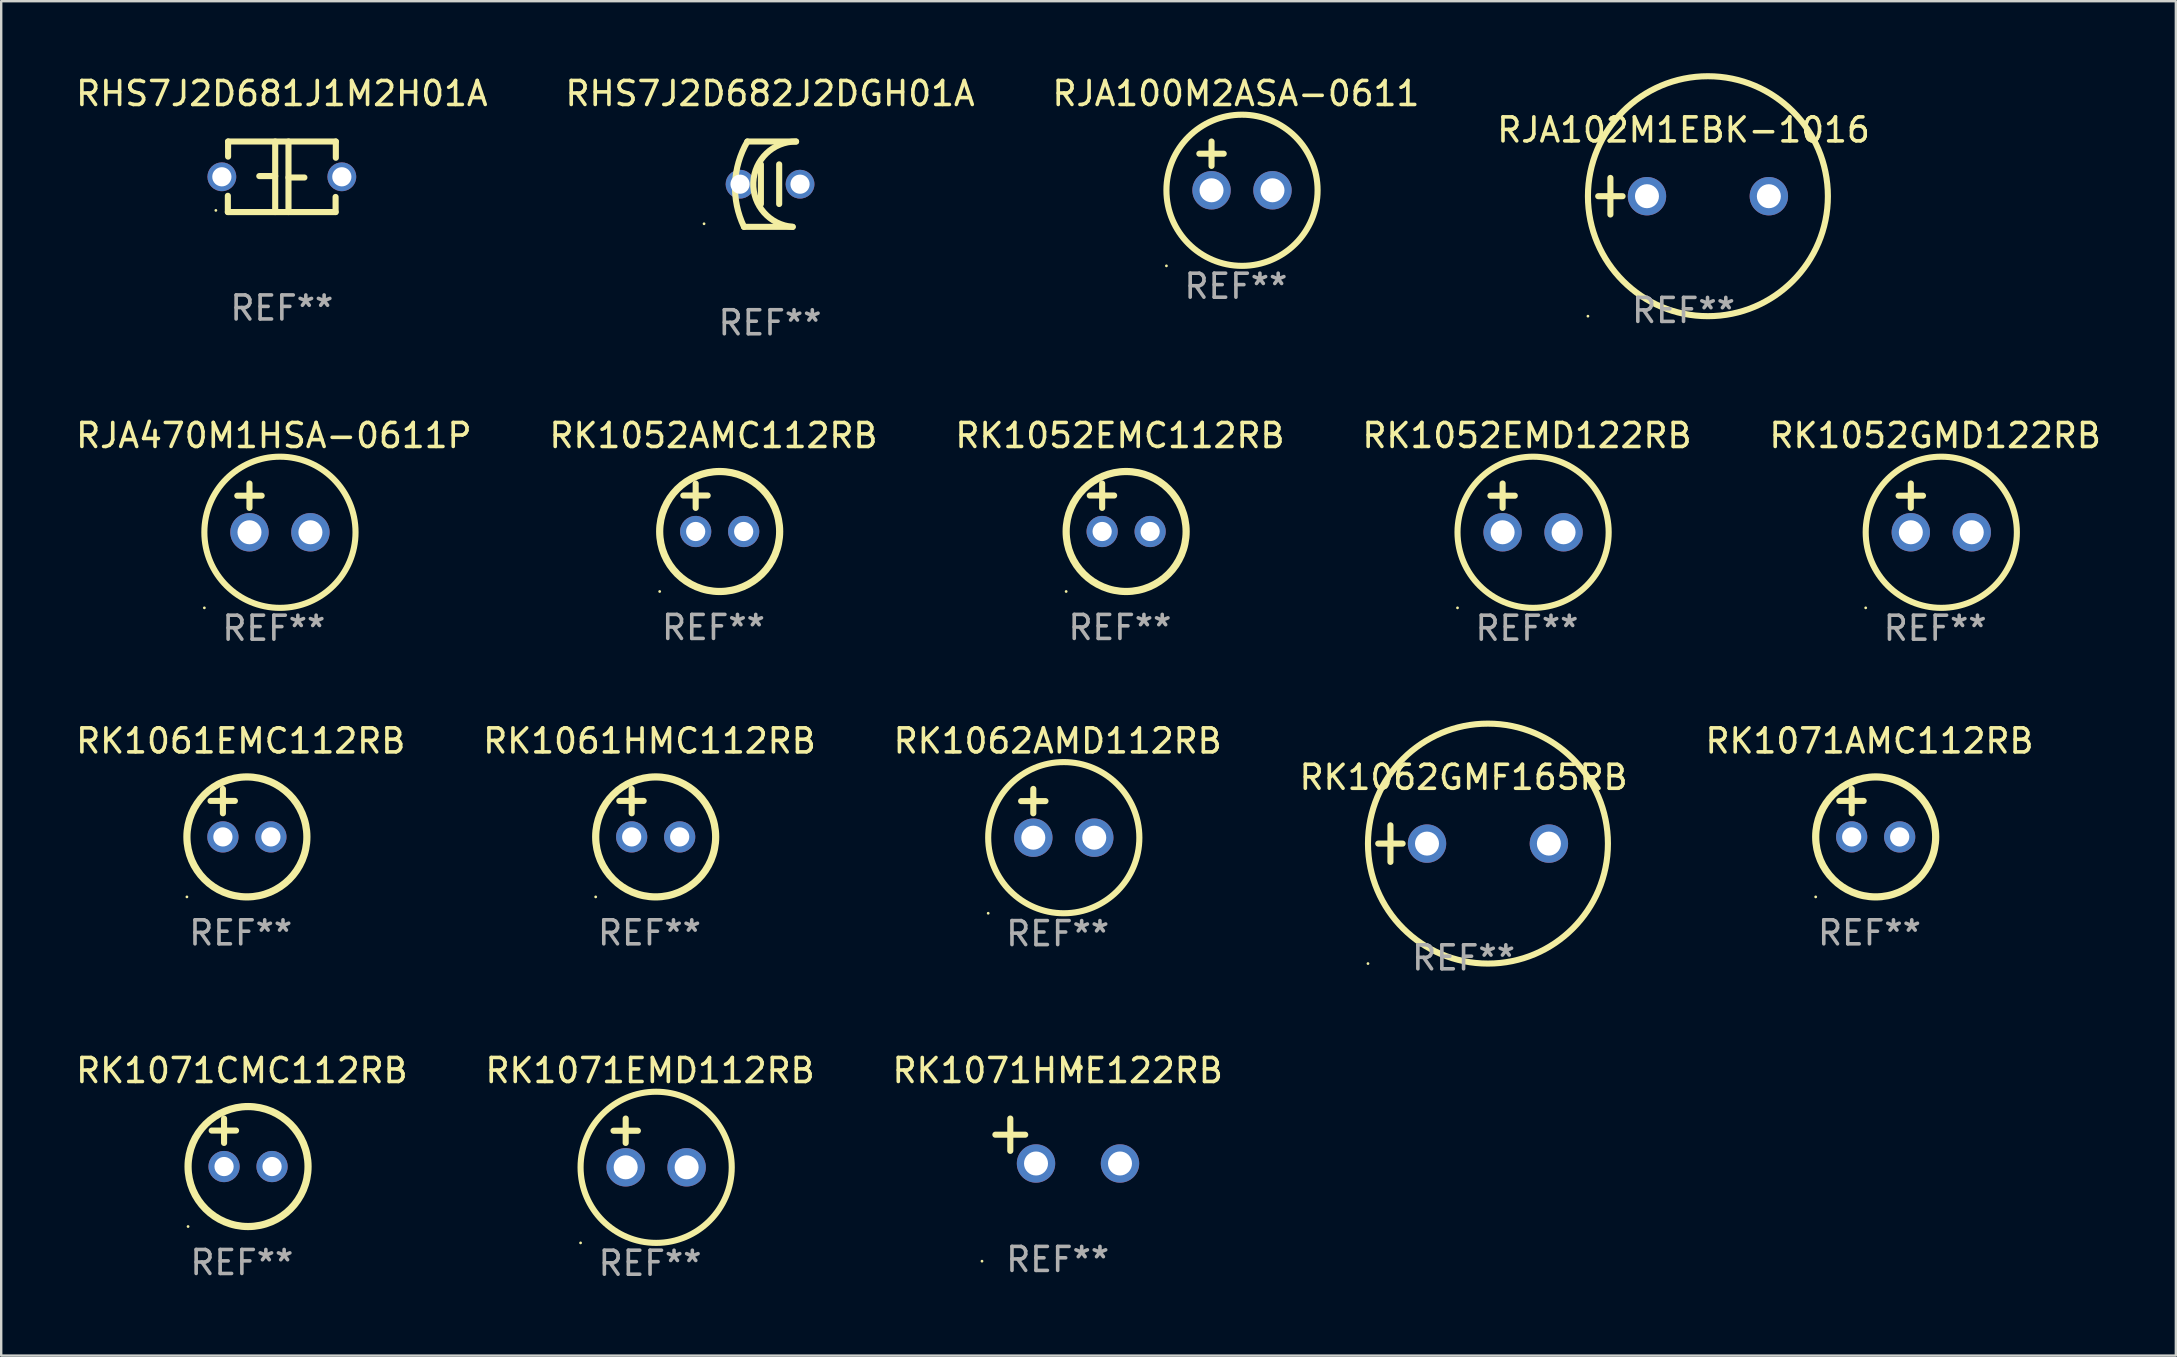
<source format=kicad_pcb>
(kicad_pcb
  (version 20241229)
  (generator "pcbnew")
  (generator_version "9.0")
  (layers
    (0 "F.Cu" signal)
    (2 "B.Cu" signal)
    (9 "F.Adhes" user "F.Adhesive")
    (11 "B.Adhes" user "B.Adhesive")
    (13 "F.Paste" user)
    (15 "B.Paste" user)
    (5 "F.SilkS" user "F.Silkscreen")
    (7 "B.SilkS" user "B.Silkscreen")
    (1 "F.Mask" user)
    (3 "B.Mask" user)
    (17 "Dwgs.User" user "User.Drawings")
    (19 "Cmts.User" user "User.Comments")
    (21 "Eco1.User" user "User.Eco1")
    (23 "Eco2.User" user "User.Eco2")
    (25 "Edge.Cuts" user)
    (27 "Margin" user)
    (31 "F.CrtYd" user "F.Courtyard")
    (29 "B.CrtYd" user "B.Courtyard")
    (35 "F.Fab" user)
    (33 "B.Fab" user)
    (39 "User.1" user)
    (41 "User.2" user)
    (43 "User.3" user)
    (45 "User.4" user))
  (footprint "RHS7J2D681J1M2H01A"
    (layer "F.Cu")
    (at 8.696 4.318)
    (property "Reference" "RHS7J2D681J1M2H01A" (at 0 -3.47 0) (layer "F.SilkS") (effects (font (size 1 1) (thickness 0.15))))
    (attr through_hole)
    (fp_line (start -2.25 1.47) (end -2.25 0.792) (stroke (width 0.254) (type solid)) (layer "F.SilkS"))
    (fp_line (start -2.24 -1.47) (end 2.25 -1.47) (stroke (width 0.254) (type solid)) (layer "F.SilkS"))
    (fp_line (start -2.24 -0.84) (end -2.24 -1.47) (stroke (width 0.254) (type solid)) (layer "F.SilkS"))
    (fp_line (start -0.277 -0.03) (end -0.94 -0.03) (stroke (width 0.254) (type solid)) (layer "F.SilkS"))
    (fp_line (start -0.277 1.47) (end -0.277 -1.47) (stroke (width 0.254) (type solid)) (layer "F.SilkS"))
    (fp_line (start 0.277 -1.47) (end 0.277 1.47) (stroke (width 0.254) (type solid)) (layer "F.SilkS"))
    (fp_line (start 0.277 0.03) (end 0.94 0.03) (stroke (width 0.254) (type solid)) (layer "F.SilkS"))
    (fp_line (start 2.24 0.84) (end 2.24 1.47) (stroke (width 0.254) (type solid)) (layer "F.SilkS"))
    (fp_line (start 2.24 1.47) (end -2.25 1.47) (stroke (width 0.254) (type solid)) (layer "F.SilkS"))
    (fp_line (start 2.25 -1.47) (end 2.25 -0.793) (stroke (width 0.254) (type solid)) (layer "F.SilkS"))
    (fp_circle (center -2.75 1.4) (end -2.72 1.4) (stroke (width 0.06) (type solid)) (fill no) (layer "F.SilkS"))
    (fp_text user "REF**" (at 0 5.47 0) (layer "F.Fab") (effects (font (size 1 1) (thickness 0.15))))
    (pad "1" thru_hole circle (at -2.5 0) (size 1.2 1.2) (drill 0.8) (layers "*.Cu" "*.Mask"))
    (pad "2" thru_hole circle (at 2.5 0) (size 1.2 1.2) (drill 0.8) (layers "*.Cu" "*.Mask")))
  (footprint "RK1071EMD112RB"
    (layer "F.Cu")
    (at 24.042 44.583)
    (property "Reference" "RK1071EMD112RB" (at 0 -3.016 0) (layer "F.SilkS") (effects (font (size 1 1) (thickness 0.15))))
    (attr through_hole)
    (fp_line (start -1.524 -0.508) (end -0.508 -0.508) (stroke (width 0.254) (type solid)) (layer "F.SilkS"))
    (fp_line (start -1.016 -1.016) (end -1.016 0) (stroke (width 0.254) (type solid)) (layer "F.SilkS"))
    (fp_circle (center -2.896 4.166) (end -2.866 4.166) (stroke (width 0.06) (type solid)) (fill no) (layer "F.SilkS"))
    (fp_circle (center 0.254 1.016) (end 3.404 1.016) (stroke (width 0.254) (type solid)) (fill no) (layer "F.SilkS"))
    (fp_text user "REF**" (at 0 5.016 0) (layer "F.Fab") (effects (font (size 1 1) (thickness 0.15))))
    (pad "1" thru_hole circle (at -1.016 1.016) (size 1.6 1.6) (drill 1) (layers "*.Cu" "*.Mask"))
    (pad "2" thru_hole circle (at 1.524 1.016) (size 1.6 1.6) (drill 1) (layers "*.Cu" "*.Mask")))
  (footprint "RK1071HME122RB"
    (layer "F.Cu")
    (at 41.03 44.503)
    (property "Reference" "RK1071HME122RB" (at 0 -2.937 0) (layer "F.SilkS") (effects (font (size 1 1) (thickness 0.15))))
    (attr through_hole)
    (fp_line (start -1.975 0.41) (end -1.975 -0.937) (stroke (width 0.254) (type solid)) (layer "F.SilkS"))
    (fp_line (start -1.353 -0.263) (end -2.597 -0.263) (stroke (width 0.254) (type solid)) (layer "F.SilkS"))
    (fp_arc (start 0.849809 -3.063957) (mid 0.885369 -3.064114) (end 0.920929 -3.063957) (stroke (width 0.254001) (type solid)) (layer "F.SilkS"))
    (fp_circle (center -3.154 5.008) (end -3.124 5.008) (stroke (width 0.06) (type solid)) (fill no) (layer "F.SilkS"))
    (fp_text user "REF**" (at 0 4.937 0) (layer "F.Fab") (effects (font (size 1 1) (thickness 0.15))))
    (pad "1" thru_hole circle (at -0.903 0.937) (size 1.6 1.6) (drill 1) (layers "*.Cu" "*.Mask"))
    (pad "2" thru_hole circle (at 2.597 0.937) (size 1.6 1.6) (drill 1) (layers "*.Cu" "*.Mask")))
  (footprint "RHS7J2D682J2DGH01A"
    (layer "F.Cu")
    (at 29.042 4.626)
    (property "Reference" "RHS7J2D682J2DGH01A" (at 0 -3.778 0) (layer "F.SilkS") (effects (font (size 1 1) (thickness 0.15))))
    (attr through_hole)
    (fp_line (start -1.085 1.778) (end 0.944 1.778) (stroke (width 0.254) (type solid)) (layer "F.SilkS"))
    (fp_line (start -0.945 -1.778) (end 1.085 -1.778) (stroke (width 0.254) (type solid)) (layer "F.SilkS"))
    (fp_line (start -0.381 0.826) (end -0.381 -0.826) (stroke (width 0.254) (type solid)) (layer "F.SilkS"))
    (fp_line (start 0.381 -0.826) (end 0.381 0.826) (stroke (width 0.254) (type solid)) (layer "F.SilkS"))
    (fp_arc (start -1.084963 1.778004) (mid -1.456786 -0.017461) (end -0.944501 -1.778004) (stroke (width 0.254001) (type solid)) (layer "F.SilkS"))
    (fp_arc (start 0.944399 1.778004) (mid -0.695802 -0.067562) (end 1.084862 -1.778004) (stroke (width 0.254001) (type solid)) (layer "F.SilkS"))
    (fp_circle (center -2.75 1.65) (end -2.72 1.65) (stroke (width 0.06) (type solid)) (fill no) (layer "F.SilkS"))
    (fp_text user "REF**" (at 0 5.778 0) (layer "F.Fab") (effects (font (size 1 1) (thickness 0.15))))
    (pad "1" thru_hole circle (at -1.25 0) (size 1.2 1.2) (drill 0.8) (layers "*.Cu" "*.Mask"))
    (pad "2" thru_hole circle (at 1.25 0) (size 1.2 1.2) (drill 0.8) (layers "*.Cu" "*.Mask")))
  (footprint "RK1052AMC112RB"
    (layer "F.Cu")
    (at 26.685 18.101)
    (property "Reference" "RK1052AMC112RB" (at 0 -3 0) (layer "F.SilkS") (effects (font (size 1 1) (thickness 0.15))))
    (attr through_hole)
    (fp_line (start -1.258 -0.5) (end -0.242 -0.5) (stroke (width 0.254) (type solid)) (layer "F.SilkS"))
    (fp_line (start -0.742 -1) (end -0.742 0.016) (stroke (width 0.254) (type solid)) (layer "F.SilkS"))
    (fp_circle (center -2.242 3.5) (end -2.212 3.5) (stroke (width 0.06) (type solid)) (fill no) (layer "F.SilkS"))
    (fp_circle (center 0.258 1) (end 2.758 1) (stroke (width 0.3) (type solid)) (fill no) (layer "F.SilkS"))
    (fp_text user "REF**" (at 0 5 0) (layer "F.Fab") (effects (font (size 1 1) (thickness 0.15))))
    (pad "1" thru_hole circle (at -0.742 1) (size 1.3 1.3) (drill 0.8) (layers "*.Cu" "*.Mask"))
    (pad "2" thru_hole circle (at 1.258 1) (size 1.3 1.3) (drill 0.8) (layers "*.Cu" "*.Mask")))
  (footprint "RK1052EMD122RB"
    (layer "F.Cu")
    (at 60.589 18.117)
    (property "Reference" "RK1052EMD122RB" (at 0 -3.016 0) (layer "F.SilkS") (effects (font (size 1 1) (thickness 0.15))))
    (attr through_hole)
    (fp_line (start -1.524 -0.508) (end -0.508 -0.508) (stroke (width 0.254) (type solid)) (layer "F.SilkS"))
    (fp_line (start -1.016 -1.016) (end -1.016 0) (stroke (width 0.254) (type solid)) (layer "F.SilkS"))
    (fp_circle (center -2.896 4.166) (end -2.866 4.166) (stroke (width 0.06) (type solid)) (fill no) (layer "F.SilkS"))
    (fp_circle (center 0.254 1.016) (end 3.404 1.016) (stroke (width 0.254) (type solid)) (fill no) (layer "F.SilkS"))
    (fp_text user "REF**" (at 0 5.016 0) (layer "F.Fab") (effects (font (size 1 1) (thickness 0.15))))
    (pad "1" thru_hole circle (at -1.016 1.016) (size 1.6 1.6) (drill 1) (layers "*.Cu" "*.Mask"))
    (pad "2" thru_hole circle (at 1.524 1.016) (size 1.6 1.6) (drill 1) (layers "*.Cu" "*.Mask")))
  (footprint "RJA100M2ASA-0611"
    (layer "F.Cu")
    (at 48.458 3.864)
    (property "Reference" "RJA100M2ASA-0611" (at 0 -3.016 0) (layer "F.SilkS") (effects (font (size 1 1) (thickness 0.15))))
    (attr through_hole)
    (fp_line (start -1.524 -0.508) (end -0.508 -0.508) (stroke (width 0.254) (type solid)) (layer "F.SilkS"))
    (fp_line (start -1.016 -1.016) (end -1.016 0) (stroke (width 0.254) (type solid)) (layer "F.SilkS"))
    (fp_circle (center -2.896 4.166) (end -2.866 4.166) (stroke (width 0.06) (type solid)) (fill no) (layer "F.SilkS"))
    (fp_circle (center 0.254 1.016) (end 3.404 1.016) (stroke (width 0.254) (type solid)) (fill no) (layer "F.SilkS"))
    (fp_text user "REF**" (at 0 5.016 0) (layer "F.Fab") (effects (font (size 1 1) (thickness 0.15))))
    (pad "1" thru_hole circle (at -1.016 1.016) (size 1.6 1.6) (drill 1) (layers "*.Cu" "*.Mask"))
    (pad "2" thru_hole circle (at 1.524 1.016) (size 1.6 1.6) (drill 1) (layers "*.Cu" "*.Mask")))
  (footprint "RK1062AMD112RB"
    (layer "F.Cu")
    (at 41.03 30.845)
    (property "Reference" "RK1062AMD112RB" (at 0 -3.016 0) (layer "F.SilkS") (effects (font (size 1 1) (thickness 0.15))))
    (attr through_hole)
    (fp_line (start -1.524 -0.508) (end -0.508 -0.508) (stroke (width 0.254) (type solid)) (layer "F.SilkS"))
    (fp_line (start -1.016 -1.016) (end -1.016 0) (stroke (width 0.254) (type solid)) (layer "F.SilkS"))
    (fp_circle (center -2.896 4.166) (end -2.866 4.166) (stroke (width 0.06) (type solid)) (fill no) (layer "F.SilkS"))
    (fp_circle (center 0.254 1.016) (end 3.404 1.016) (stroke (width 0.254) (type solid)) (fill no) (layer "F.SilkS"))
    (fp_text user "REF**" (at 0 5.016 0) (layer "F.Fab") (effects (font (size 1 1) (thickness 0.15))))
    (pad "1" thru_hole circle (at -1.016 1.016) (size 1.6 1.6) (drill 1) (layers "*.Cu" "*.Mask"))
    (pad "2" thru_hole circle (at 1.524 1.016) (size 1.6 1.6) (drill 1) (layers "*.Cu" "*.Mask")))
  (footprint "RJA470M1HSA-0611P"
    (layer "F.Cu")
    (at 8.363 18.117)
    (property "Reference" "RJA470M1HSA-0611P" (at 0 -3.016 0) (layer "F.SilkS") (effects (font (size 1 1) (thickness 0.15))))
    (attr through_hole)
    (fp_line (start -1.524 -0.508) (end -0.508 -0.508) (stroke (width 0.254) (type solid)) (layer "F.SilkS"))
    (fp_line (start -1.016 -1.016) (end -1.016 0) (stroke (width 0.254) (type solid)) (layer "F.SilkS"))
    (fp_circle (center -2.896 4.166) (end -2.866 4.166) (stroke (width 0.06) (type solid)) (fill no) (layer "F.SilkS"))
    (fp_circle (center 0.254 1.016) (end 3.404 1.016) (stroke (width 0.254) (type solid)) (fill no) (layer "F.SilkS"))
    (fp_text user "REF**" (at 0 5.016 0) (layer "F.Fab") (effects (font (size 1 1) (thickness 0.15))))
    (pad "1" thru_hole circle (at -1.016 1.016) (size 1.6 1.6) (drill 1) (layers "*.Cu" "*.Mask"))
    (pad "2" thru_hole circle (at 1.524 1.016) (size 1.6 1.6) (drill 1) (layers "*.Cu" "*.Mask")))
  (footprint "RJA102M1EBK-1016"
    (layer "F.Cu")
    (at 67.113 5.127)
    (property "Reference" "RJA102M1EBK-1016" (at 0 -2.762 0) (layer "F.SilkS") (effects (font (size 1 1) (thickness 0.15))))
    (attr through_hole)
    (fp_line (start -3.556 0) (end -2.54 0) (stroke (width 0.254) (type solid)) (layer "F.SilkS"))
    (fp_line (start -3.048 -0.762) (end -3.048 0.762) (stroke (width 0.254) (type solid)) (layer "F.SilkS"))
    (fp_circle (center -3.984 5) (end -3.954 5) (stroke (width 0.06) (type solid)) (fill no) (layer "F.SilkS"))
    (fp_circle (center 1.016 0) (end 6.016 0) (stroke (width 0.254) (type solid)) (fill no) (layer "F.SilkS"))
    (fp_text user "REF**" (at 0 4.762 0) (layer "F.Fab") (effects (font (size 1 1) (thickness 0.15))))
    (pad "1" thru_hole circle (at -1.524 0) (size 1.6 1.6) (drill 1) (layers "*.Cu" "*.Mask"))
    (pad "2" thru_hole circle (at 3.556 0) (size 1.6 1.6) (drill 1) (layers "*.Cu" "*.Mask")))
  (footprint "RK1052EMC112RB"
    (layer "F.Cu")
    (at 43.625 18.101)
    (property "Reference" "RK1052EMC112RB" (at 0 -3 0) (layer "F.SilkS") (effects (font (size 1 1) (thickness 0.15))))
    (attr through_hole)
    (fp_line (start -1.258 -0.5) (end -0.242 -0.5) (stroke (width 0.254) (type solid)) (layer "F.SilkS"))
    (fp_line (start -0.742 -1) (end -0.742 0.016) (stroke (width 0.254) (type solid)) (layer "F.SilkS"))
    (fp_circle (center -2.242 3.5) (end -2.212 3.5) (stroke (width 0.06) (type solid)) (fill no) (layer "F.SilkS"))
    (fp_circle (center 0.258 1) (end 2.758 1) (stroke (width 0.3) (type solid)) (fill no) (layer "F.SilkS"))
    (fp_text user "REF**" (at 0 5 0) (layer "F.Fab") (effects (font (size 1 1) (thickness 0.15))))
    (pad "1" thru_hole circle (at -0.742 1) (size 1.3 1.3) (drill 0.8) (layers "*.Cu" "*.Mask"))
    (pad "2" thru_hole circle (at 1.258 1) (size 1.3 1.3) (drill 0.8) (layers "*.Cu" "*.Mask")))
  (footprint "RK1071AMC112RB"
    (layer "F.Cu")
    (at 74.863 30.829)
    (property "Reference" "RK1071AMC112RB" (at 0 -3 0) (layer "F.SilkS") (effects (font (size 1 1) (thickness 0.15))))
    (attr through_hole)
    (fp_line (start -1.258 -0.5) (end -0.242 -0.5) (stroke (width 0.254) (type solid)) (layer "F.SilkS"))
    (fp_line (start -0.742 -1) (end -0.742 0.016) (stroke (width 0.254) (type solid)) (layer "F.SilkS"))
    (fp_circle (center -2.242 3.5) (end -2.212 3.5) (stroke (width 0.06) (type solid)) (fill no) (layer "F.SilkS"))
    (fp_circle (center 0.258 1) (end 2.758 1) (stroke (width 0.3) (type solid)) (fill no) (layer "F.SilkS"))
    (fp_text user "REF**" (at 0 5 0) (layer "F.Fab") (effects (font (size 1 1) (thickness 0.15))))
    (pad "1" thru_hole circle (at -0.742 1) (size 1.3 1.3) (drill 0.8) (layers "*.Cu" "*.Mask"))
    (pad "2" thru_hole circle (at 1.258 1) (size 1.3 1.3) (drill 0.8) (layers "*.Cu" "*.Mask")))
  (footprint "RK1062GMF165RB"
    (layer "F.Cu")
    (at 57.946 32.108)
    (property "Reference" "RK1062GMF165RB" (at 0 -2.762 0) (layer "F.SilkS") (effects (font (size 1 1) (thickness 0.15))))
    (attr through_hole)
    (fp_line (start -3.556 0) (end -2.54 0) (stroke (width 0.254) (type solid)) (layer "F.SilkS"))
    (fp_line (start -3.048 -0.762) (end -3.048 0.762) (stroke (width 0.254) (type solid)) (layer "F.SilkS"))
    (fp_circle (center -3.984 5) (end -3.954 5) (stroke (width 0.06) (type solid)) (fill no) (layer "F.SilkS"))
    (fp_circle (center 1.016 0) (end 6.016 0) (stroke (width 0.254) (type solid)) (fill no) (layer "F.SilkS"))
    (fp_text user "REF**" (at 0 4.762 0) (layer "F.Fab") (effects (font (size 1 1) (thickness 0.15))))
    (pad "1" thru_hole circle (at -1.524 0) (size 1.6 1.6) (drill 1) (layers "*.Cu" "*.Mask"))
    (pad "2" thru_hole circle (at 3.556 0) (size 1.6 1.6) (drill 1) (layers "*.Cu" "*.Mask")))
  (footprint "RK1071CMC112RB"
    (layer "F.Cu")
    (at 7.03 44.567)
    (property "Reference" "RK1071CMC112RB" (at 0 -3 0) (layer "F.SilkS") (effects (font (size 1 1) (thickness 0.15))))
    (attr through_hole)
    (fp_line (start -1.258 -0.5) (end -0.242 -0.5) (stroke (width 0.254) (type solid)) (layer "F.SilkS"))
    (fp_line (start -0.742 -1) (end -0.742 0.016) (stroke (width 0.254) (type solid)) (layer "F.SilkS"))
    (fp_circle (center -2.242 3.5) (end -2.212 3.5) (stroke (width 0.06) (type solid)) (fill no) (layer "F.SilkS"))
    (fp_circle (center 0.258 1) (end 2.758 1) (stroke (width 0.3) (type solid)) (fill no) (layer "F.SilkS"))
    (fp_text user "REF**" (at 0 5 0) (layer "F.Fab") (effects (font (size 1 1) (thickness 0.15))))
    (pad "1" thru_hole circle (at -0.742 1) (size 1.3 1.3) (drill 0.8) (layers "*.Cu" "*.Mask"))
    (pad "2" thru_hole circle (at 1.258 1) (size 1.3 1.3) (drill 0.8) (layers "*.Cu" "*.Mask")))
  (footprint "RK1061HMC112RB"
    (layer "F.Cu")
    (at 24.018 30.829)
    (property "Reference" "RK1061HMC112RB" (at 0 -3 0) (layer "F.SilkS") (effects (font (size 1 1) (thickness 0.15))))
    (attr through_hole)
    (fp_line (start -1.258 -0.5) (end -0.242 -0.5) (stroke (width 0.254) (type solid)) (layer "F.SilkS"))
    (fp_line (start -0.742 -1) (end -0.742 0.016) (stroke (width 0.254) (type solid)) (layer "F.SilkS"))
    (fp_circle (center -2.242 3.5) (end -2.212 3.5) (stroke (width 0.06) (type solid)) (fill no) (layer "F.SilkS"))
    (fp_circle (center 0.258 1) (end 2.758 1) (stroke (width 0.3) (type solid)) (fill no) (layer "F.SilkS"))
    (fp_text user "REF**" (at 0 5 0) (layer "F.Fab") (effects (font (size 1 1) (thickness 0.15))))
    (pad "1" thru_hole circle (at -0.742 1) (size 1.3 1.3) (drill 0.8) (layers "*.Cu" "*.Mask"))
    (pad "2" thru_hole circle (at 1.258 1) (size 1.3 1.3) (drill 0.8) (layers "*.Cu" "*.Mask")))
  (footprint "RK1052GMD122RB"
    (layer "F.Cu")
    (at 77.601 18.117)
    (property "Reference" "RK1052GMD122RB" (at 0 -3.016 0) (layer "F.SilkS") (effects (font (size 1 1) (thickness 0.15))))
    (attr through_hole)
    (fp_line (start -1.524 -0.508) (end -0.508 -0.508) (stroke (width 0.254) (type solid)) (layer "F.SilkS"))
    (fp_line (start -1.016 -1.016) (end -1.016 0) (stroke (width 0.254) (type solid)) (layer "F.SilkS"))
    (fp_circle (center -2.896 4.166) (end -2.866 4.166) (stroke (width 0.06) (type solid)) (fill no) (layer "F.SilkS"))
    (fp_circle (center 0.254 1.016) (end 3.404 1.016) (stroke (width 0.254) (type solid)) (fill no) (layer "F.SilkS"))
    (fp_text user "REF**" (at 0 5.016 0) (layer "F.Fab") (effects (font (size 1 1) (thickness 0.15))))
    (pad "1" thru_hole circle (at -1.016 1.016) (size 1.6 1.6) (drill 1) (layers "*.Cu" "*.Mask"))
    (pad "2" thru_hole circle (at 1.524 1.016) (size 1.6 1.6) (drill 1) (layers "*.Cu" "*.Mask")))
  (footprint "RK1061EMC112RB"
    (layer "F.Cu")
    (at 6.982 30.829)
    (property "Reference" "RK1061EMC112RB" (at 0 -3 0) (layer "F.SilkS") (effects (font (size 1 1) (thickness 0.15))))
    (attr through_hole)
    (fp_line (start -1.258 -0.5) (end -0.242 -0.5) (stroke (width 0.254) (type solid)) (layer "F.SilkS"))
    (fp_line (start -0.742 -1) (end -0.742 0.016) (stroke (width 0.254) (type solid)) (layer "F.SilkS"))
    (fp_circle (center -2.242 3.5) (end -2.212 3.5) (stroke (width 0.06) (type solid)) (fill no) (layer "F.SilkS"))
    (fp_circle (center 0.258 1) (end 2.758 1) (stroke (width 0.3) (type solid)) (fill no) (layer "F.SilkS"))
    (fp_text user "REF**" (at 0 5 0) (layer "F.Fab") (effects (font (size 1 1) (thickness 0.15))))
    (pad "1" thru_hole circle (at -0.742 1) (size 1.3 1.3) (drill 0.8) (layers "*.Cu" "*.Mask"))
    (pad "2" thru_hole circle (at 1.258 1) (size 1.3 1.3) (drill 0.8) (layers "*.Cu" "*.Mask")))
  (gr_rect
    (start -3 -3)
    (end 87.631 53.447)
    (stroke (width 0.1) (type default))
    (fill no)
    (layer "Edge.Cuts")))
</source>
